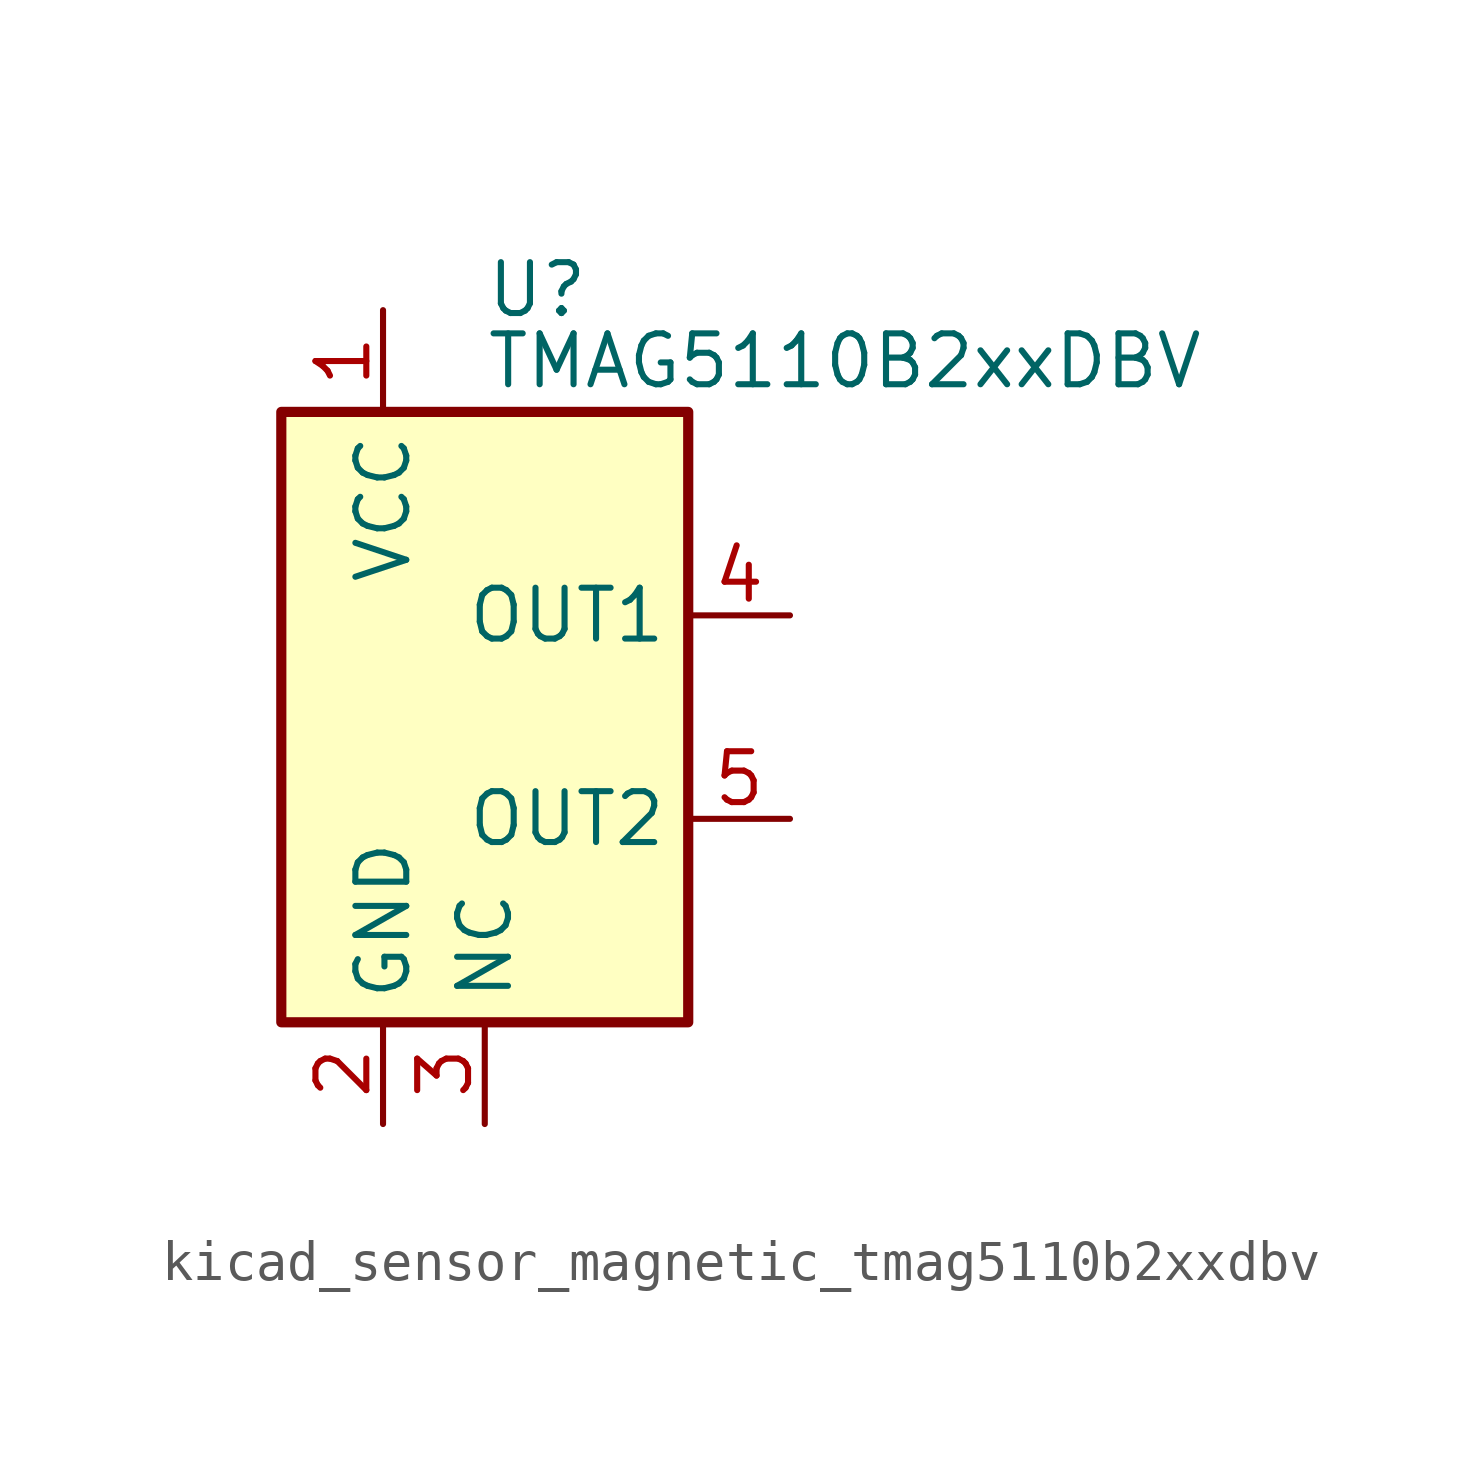
<source format=kicad_sym>
(kicad_symbol_lib
  (version 20220914)
  (generator kicad_symbol_editor)
  (symbol "kicad_sensor_magnetic_tmag5110b2xxdbv"
    (property "Reference" "U"
      (at 0 10.668 0)
      (effects (font (size 1.27 1.27)) (justify left)))
    (property "Value" "TMAG5110B2xxDBV"
      (at 0 8.89 0)
      (effects (font (size 1.27 1.27)) (justify left)))
    (symbol "kicad_sensor_magnetic_tmag5110b2xxdbv_0_0"
      (pin passive line (at 0 -10.16 90) (length 2.54) (name "NC" (effects (font (size 1.27 1.27)))) (number "3" (effects (font (size 1.27 1.27)))))
      (pin open_collector line (at 7.62 -2.54 180) (length 2.54) (name "OUT2" (effects (font (size 1.27 1.27)))) (number "5" (effects (font (size 1.27 1.27))))))
    (symbol "kicad_sensor_magnetic_tmag5110b2xxdbv_0_1"
      (rectangle (start -5.08 7.62) (end 5.08 -7.62) (stroke (width 0.254) (type default)) (fill (type background))))
    (symbol "kicad_sensor_magnetic_tmag5110b2xxdbv_1_1"
      (pin power_in line (at -2.54 10.16 270) (length 2.54) (name "VCC" (effects (font (size 1.27 1.27)))) (number "1" (effects (font (size 1.27 1.27)))))
      (pin power_in line (at -2.54 -10.16 90) (length 2.54) (name "GND" (effects (font (size 1.27 1.27)))) (number "2" (effects (font (size 1.27 1.27)))))
      (pin open_collector line (at 7.62 2.54 180) (length 2.54) (name "OUT1" (effects (font (size 1.27 1.27)))) (number "4" (effects (font (size 1.27 1.27))))))))
</source>
